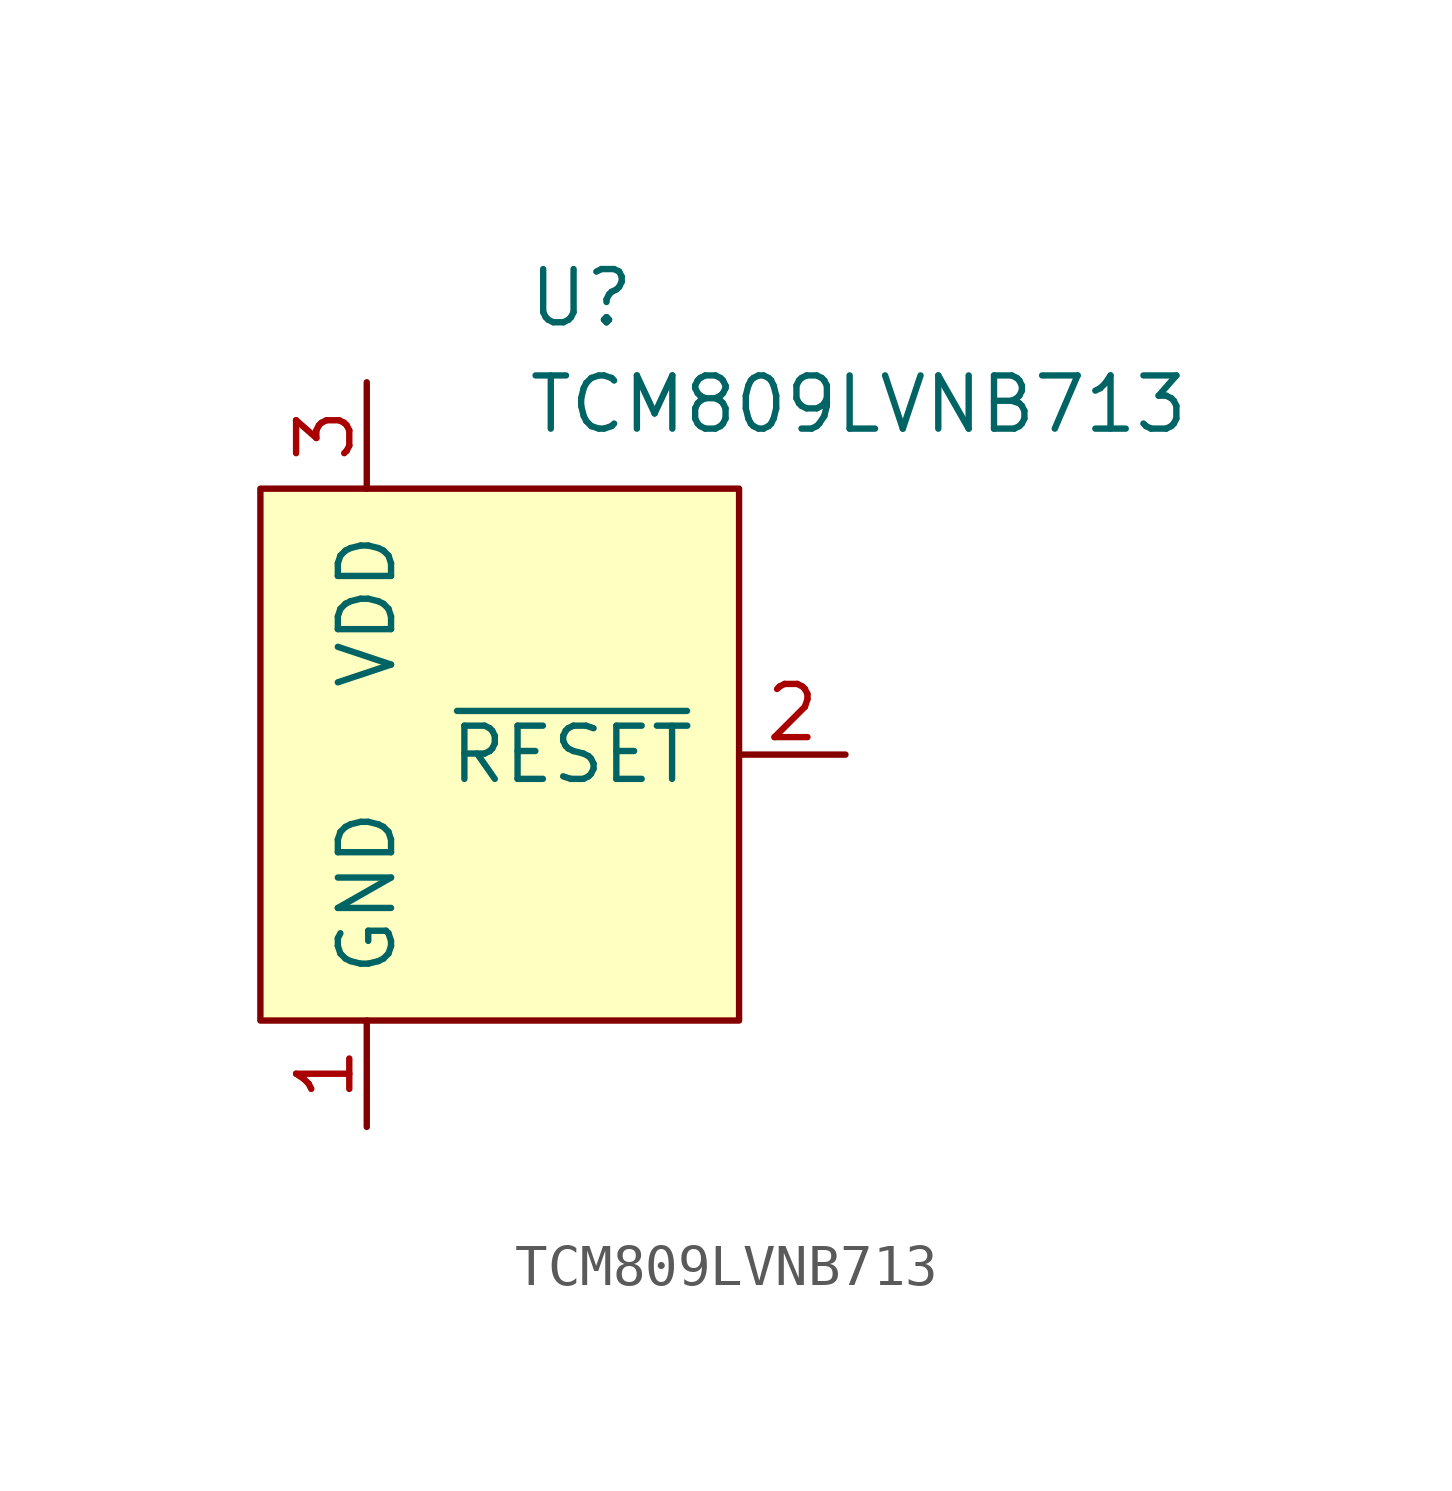
<source format=kicad_sym>
(kicad_symbol_lib
  (version 20220914)
  (generator kicad_symbol_editor)
  (symbol "TCM809LVNB713"
    (pin_names
      (offset 1.016))
    (property "Reference" "U"
      (at 3.81 8.89 0)
      (effects (font (size 1.27 1.27)) (justify left bottom)))
    (property "Value" "TCM809LVNB713"
      (at 3.81 6.35 0)
      (effects (font (size 1.27 1.27)) (justify left bottom)))
    (symbol "TCM809LVNB713_0_1"
      (rectangle (start 8.89 5.08) (end -2.54 -7.62) (stroke (width 0) (type solid)) (fill (type background))))
    (symbol "TCM809LVNB713_1_1"
      (pin power_in line (at 0 -10.16 90) (length 2.54) (name "GND" (effects (font (size 1.27 1.27)))) (number "1" (effects (font (size 1.27 1.27)))))
      (pin output line (at 11.43 -1.27 180) (length 2.54) (name "~{RESET}" (effects (font (size 1.27 1.27)))) (number "2" (effects (font (size 1.27 1.27)))))
      (pin power_in line (at 0 7.62 270) (length 2.54) (name "VDD" (effects (font (size 1.27 1.27)))) (number "3" (effects (font (size 1.27 1.27))))))))
</source>
